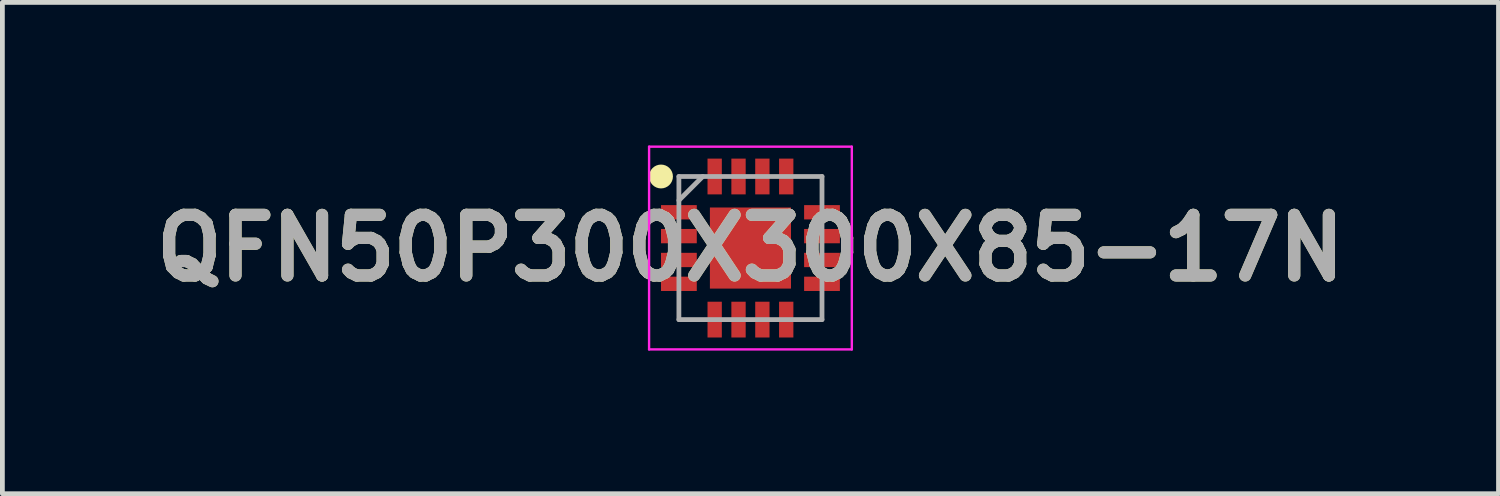
<source format=kicad_pcb>
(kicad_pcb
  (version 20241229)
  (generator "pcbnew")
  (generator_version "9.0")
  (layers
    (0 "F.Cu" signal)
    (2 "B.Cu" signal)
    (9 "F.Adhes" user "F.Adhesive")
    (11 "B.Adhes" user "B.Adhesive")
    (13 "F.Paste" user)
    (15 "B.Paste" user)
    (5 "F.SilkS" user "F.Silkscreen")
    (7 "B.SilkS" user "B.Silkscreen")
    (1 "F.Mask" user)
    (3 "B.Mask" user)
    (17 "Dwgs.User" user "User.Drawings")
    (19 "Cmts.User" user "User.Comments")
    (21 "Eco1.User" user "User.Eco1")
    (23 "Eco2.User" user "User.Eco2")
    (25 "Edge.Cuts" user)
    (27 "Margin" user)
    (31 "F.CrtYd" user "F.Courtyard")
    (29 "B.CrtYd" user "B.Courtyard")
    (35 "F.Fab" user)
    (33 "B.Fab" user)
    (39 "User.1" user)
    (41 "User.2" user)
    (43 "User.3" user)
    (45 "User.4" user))
  (footprint "QFN50P300X300X85-17N"
    (layer "F.Cu")
    (at 12.682 2.15)
    (property "Reference" "QFN50P300X300X85-17N" (at 0 0 0) (layer "F.SilkS") (effects (font (size 1.27 1.27) (thickness 0.254))))
    (attr smd)
    (fp_circle (center -1.875 -1.5) (end -1.875 -1.375) (stroke (width 0.25) (type solid)) (fill no) (layer "F.SilkS"))
    (fp_line (start -2.125 -2.125) (end 2.125 -2.125) (stroke (width 0.05) (type solid)) (layer "F.CrtYd"))
    (fp_line (start -2.125 2.125) (end -2.125 -2.125) (stroke (width 0.05) (type solid)) (layer "F.CrtYd"))
    (fp_line (start 2.125 -2.125) (end 2.125 2.125) (stroke (width 0.05) (type solid)) (layer "F.CrtYd"))
    (fp_line (start 2.125 2.125) (end -2.125 2.125) (stroke (width 0.05) (type solid)) (layer "F.CrtYd"))
    (fp_line (start -1.5 -1.5) (end 1.5 -1.5) (stroke (width 0.1) (type solid)) (layer "F.Fab"))
    (fp_line (start -1.5 -1) (end -1 -1.5) (stroke (width 0.1) (type solid)) (layer "F.Fab"))
    (fp_line (start -1.5 1.5) (end -1.5 -1.5) (stroke (width 0.1) (type solid)) (layer "F.Fab"))
    (fp_line (start 1.5 -1.5) (end 1.5 1.5) (stroke (width 0.1) (type solid)) (layer "F.Fab"))
    (fp_line (start 1.5 1.5) (end -1.5 1.5) (stroke (width 0.1) (type solid)) (layer "F.Fab"))
    (fp_text user "${REFERENCE}" (at 0 0 0) (layer "F.Fab") (effects (font (size 1.27 1.27) (thickness 0.254))))
    (pad "1" smd rect (at -1.5 -0.75 90) (size 0.3 0.75) (layers "F.Cu" "F.Mask" "F.Paste"))
    (pad "2" smd rect (at -1.5 -0.25 90) (size 0.3 0.75) (layers "F.Cu" "F.Mask" "F.Paste"))
    (pad "3" smd rect (at -1.5 0.25 90) (size 0.3 0.75) (layers "F.Cu" "F.Mask" "F.Paste"))
    (pad "4" smd rect (at -1.5 0.75 90) (size 0.3 0.75) (layers "F.Cu" "F.Mask" "F.Paste"))
    (pad "5" smd rect (at -0.75 1.5) (size 0.3 0.75) (layers "F.Cu" "F.Mask" "F.Paste"))
    (pad "6" smd rect (at -0.25 1.5) (size 0.3 0.75) (layers "F.Cu" "F.Mask" "F.Paste"))
    (pad "7" smd rect (at 0.25 1.5) (size 0.3 0.75) (layers "F.Cu" "F.Mask" "F.Paste"))
    (pad "8" smd rect (at 0.75 1.5) (size 0.3 0.75) (layers "F.Cu" "F.Mask" "F.Paste"))
    (pad "9" smd rect (at 1.5 0.75 90) (size 0.3 0.75) (layers "F.Cu" "F.Mask" "F.Paste"))
    (pad "10" smd rect (at 1.5 0.25 90) (size 0.3 0.75) (layers "F.Cu" "F.Mask" "F.Paste"))
    (pad "11" smd rect (at 1.5 -0.25 90) (size 0.3 0.75) (layers "F.Cu" "F.Mask" "F.Paste"))
    (pad "12" smd rect (at 1.5 -0.75 90) (size 0.3 0.75) (layers "F.Cu" "F.Mask" "F.Paste"))
    (pad "13" smd rect (at 0.75 -1.5) (size 0.3 0.75) (layers "F.Cu" "F.Mask" "F.Paste"))
    (pad "14" smd rect (at 0.25 -1.5) (size 0.3 0.75) (layers "F.Cu" "F.Mask" "F.Paste"))
    (pad "15" smd rect (at -0.25 -1.5) (size 0.3 0.75) (layers "F.Cu" "F.Mask" "F.Paste"))
    (pad "16" smd rect (at -0.75 -1.5) (size 0.3 0.75) (layers "F.Cu" "F.Mask" "F.Paste"))
    (pad "17" smd rect (at 0 0) (size 1.7 1.7) (layers "F.Cu" "F.Mask" "F.Paste")))
  (gr_rect
    (start -3 -3)
    (end 28.364 7.3)
    (stroke (width 0.1) (type default))
    (fill no)
    (layer "Edge.Cuts")))
</source>
